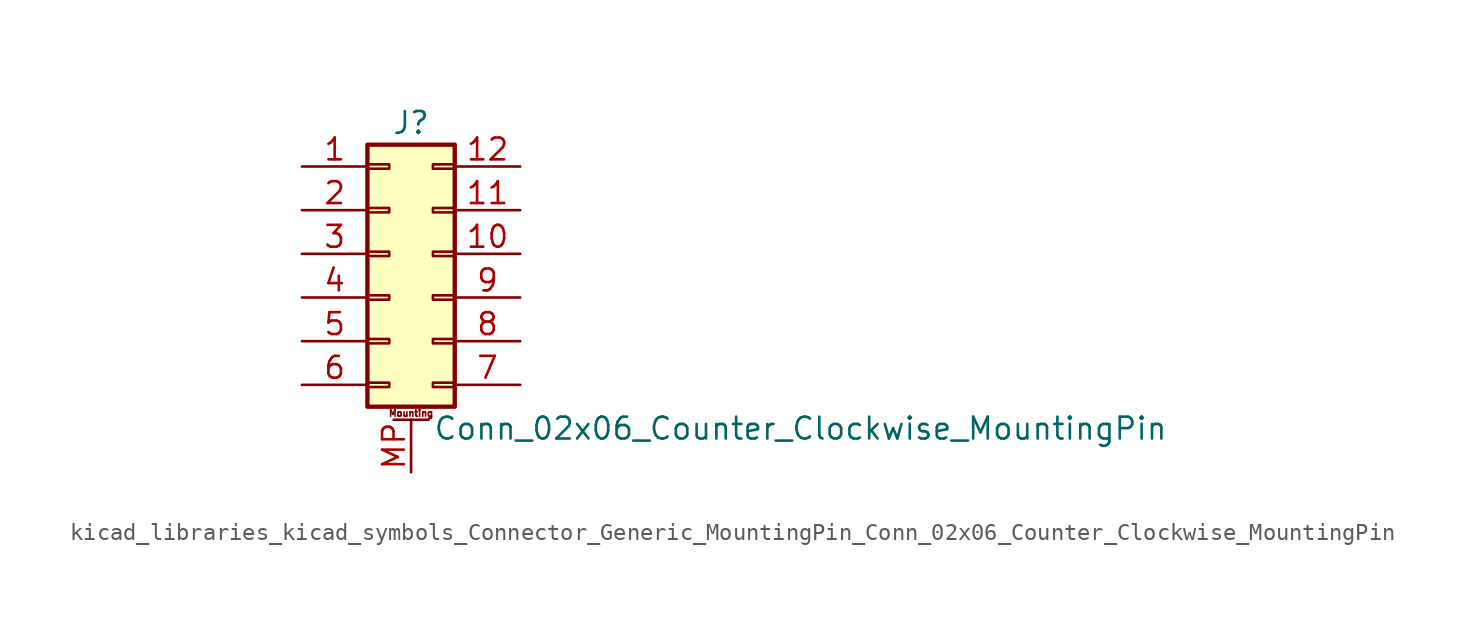
<source format=kicad_sym>
(kicad_symbol_lib
  (version 20220914)
  (generator kicad_symbol_editor)
  (symbol "kicad_libraries_kicad_symbols_Connector_Generic_MountingPin_Conn_02x06_Counter_Clockwise_MountingPin"
    (pin_names
      (offset 1.016) hide)
    (property "Reference" "J"
      (at 1.27 7.62 0)
      (effects (font (size 1.27 1.27))))
    (property "Value" "Conn_02x06_Counter_Clockwise_MountingPin"
      (at 2.54 -10.16 0)
      (effects (font (size 1.27 1.27)) (justify left)))
    (symbol "kicad_libraries_kicad_symbols_Connector_Generic_MountingPin_Conn_02x06_Counter_Clockwise_MountingPin_1_1"
      (rectangle (start -1.27 -7.493) (end 0 -7.747) (stroke (width 0.152) (type default)) (fill (type none)))
      (rectangle (start -1.27 -4.953) (end 0 -5.207) (stroke (width 0.152) (type default)) (fill (type none)))
      (rectangle (start -1.27 -2.413) (end 0 -2.667) (stroke (width 0.152) (type default)) (fill (type none)))
      (rectangle (start -1.27 0.127) (end 0 -0.127) (stroke (width 0.152) (type default)) (fill (type none)))
      (rectangle (start -1.27 2.667) (end 0 2.413) (stroke (width 0.152) (type default)) (fill (type none)))
      (rectangle (start -1.27 5.207) (end 0 4.953) (stroke (width 0.152) (type default)) (fill (type none)))
      (rectangle (start -1.27 6.35) (end 3.81 -8.89) (stroke (width 0.254) (type default)) (fill (type background)))
      (polyline (pts (xy 0.254 -9.652) (xy 2.286 -9.652)) (stroke (width 0.152) (type default)) (fill (type none)))
      (rectangle (start 3.81 -7.493) (end 2.54 -7.747) (stroke (width 0.152) (type default)) (fill (type none)))
      (rectangle (start 3.81 -4.953) (end 2.54 -5.207) (stroke (width 0.152) (type default)) (fill (type none)))
      (rectangle (start 3.81 -2.413) (end 2.54 -2.667) (stroke (width 0.152) (type default)) (fill (type none)))
      (rectangle (start 3.81 0.127) (end 2.54 -0.127) (stroke (width 0.152) (type default)) (fill (type none)))
      (rectangle (start 3.81 2.667) (end 2.54 2.413) (stroke (width 0.152) (type default)) (fill (type none)))
      (rectangle (start 3.81 5.207) (end 2.54 4.953) (stroke (width 0.152) (type default)) (fill (type none)))
      (text "Mounting" (at 1.27 -9.271 0) (effects (font (size 0.381 0.381))))
      (pin passive line (at -5.08 5.08 0) (length 3.81) (name "Pin_1" (effects (font (size 1.27 1.27)))) (number "1" (effects (font (size 1.27 1.27)))))
      (pin passive line (at 7.62 0 180) (length 3.81) (name "Pin_10" (effects (font (size 1.27 1.27)))) (number "10" (effects (font (size 1.27 1.27)))))
      (pin passive line (at 7.62 2.54 180) (length 3.81) (name "Pin_11" (effects (font (size 1.27 1.27)))) (number "11" (effects (font (size 1.27 1.27)))))
      (pin passive line (at 7.62 5.08 180) (length 3.81) (name "Pin_12" (effects (font (size 1.27 1.27)))) (number "12" (effects (font (size 1.27 1.27)))))
      (pin passive line (at -5.08 2.54 0) (length 3.81) (name "Pin_2" (effects (font (size 1.27 1.27)))) (number "2" (effects (font (size 1.27 1.27)))))
      (pin passive line (at -5.08 0 0) (length 3.81) (name "Pin_3" (effects (font (size 1.27 1.27)))) (number "3" (effects (font (size 1.27 1.27)))))
      (pin passive line (at -5.08 -2.54 0) (length 3.81) (name "Pin_4" (effects (font (size 1.27 1.27)))) (number "4" (effects (font (size 1.27 1.27)))))
      (pin passive line (at -5.08 -5.08 0) (length 3.81) (name "Pin_5" (effects (font (size 1.27 1.27)))) (number "5" (effects (font (size 1.27 1.27)))))
      (pin passive line (at -5.08 -7.62 0) (length 3.81) (name "Pin_6" (effects (font (size 1.27 1.27)))) (number "6" (effects (font (size 1.27 1.27)))))
      (pin passive line (at 7.62 -7.62 180) (length 3.81) (name "Pin_7" (effects (font (size 1.27 1.27)))) (number "7" (effects (font (size 1.27 1.27)))))
      (pin passive line (at 7.62 -5.08 180) (length 3.81) (name "Pin_8" (effects (font (size 1.27 1.27)))) (number "8" (effects (font (size 1.27 1.27)))))
      (pin passive line (at 7.62 -2.54 180) (length 3.81) (name "Pin_9" (effects (font (size 1.27 1.27)))) (number "9" (effects (font (size 1.27 1.27)))))
      (pin passive line (at 1.27 -12.7 90) (length 3.048) (name "MountPin" (effects (font (size 1.27 1.27)))) (number "MP" (effects (font (size 1.27 1.27))))))))
</source>
